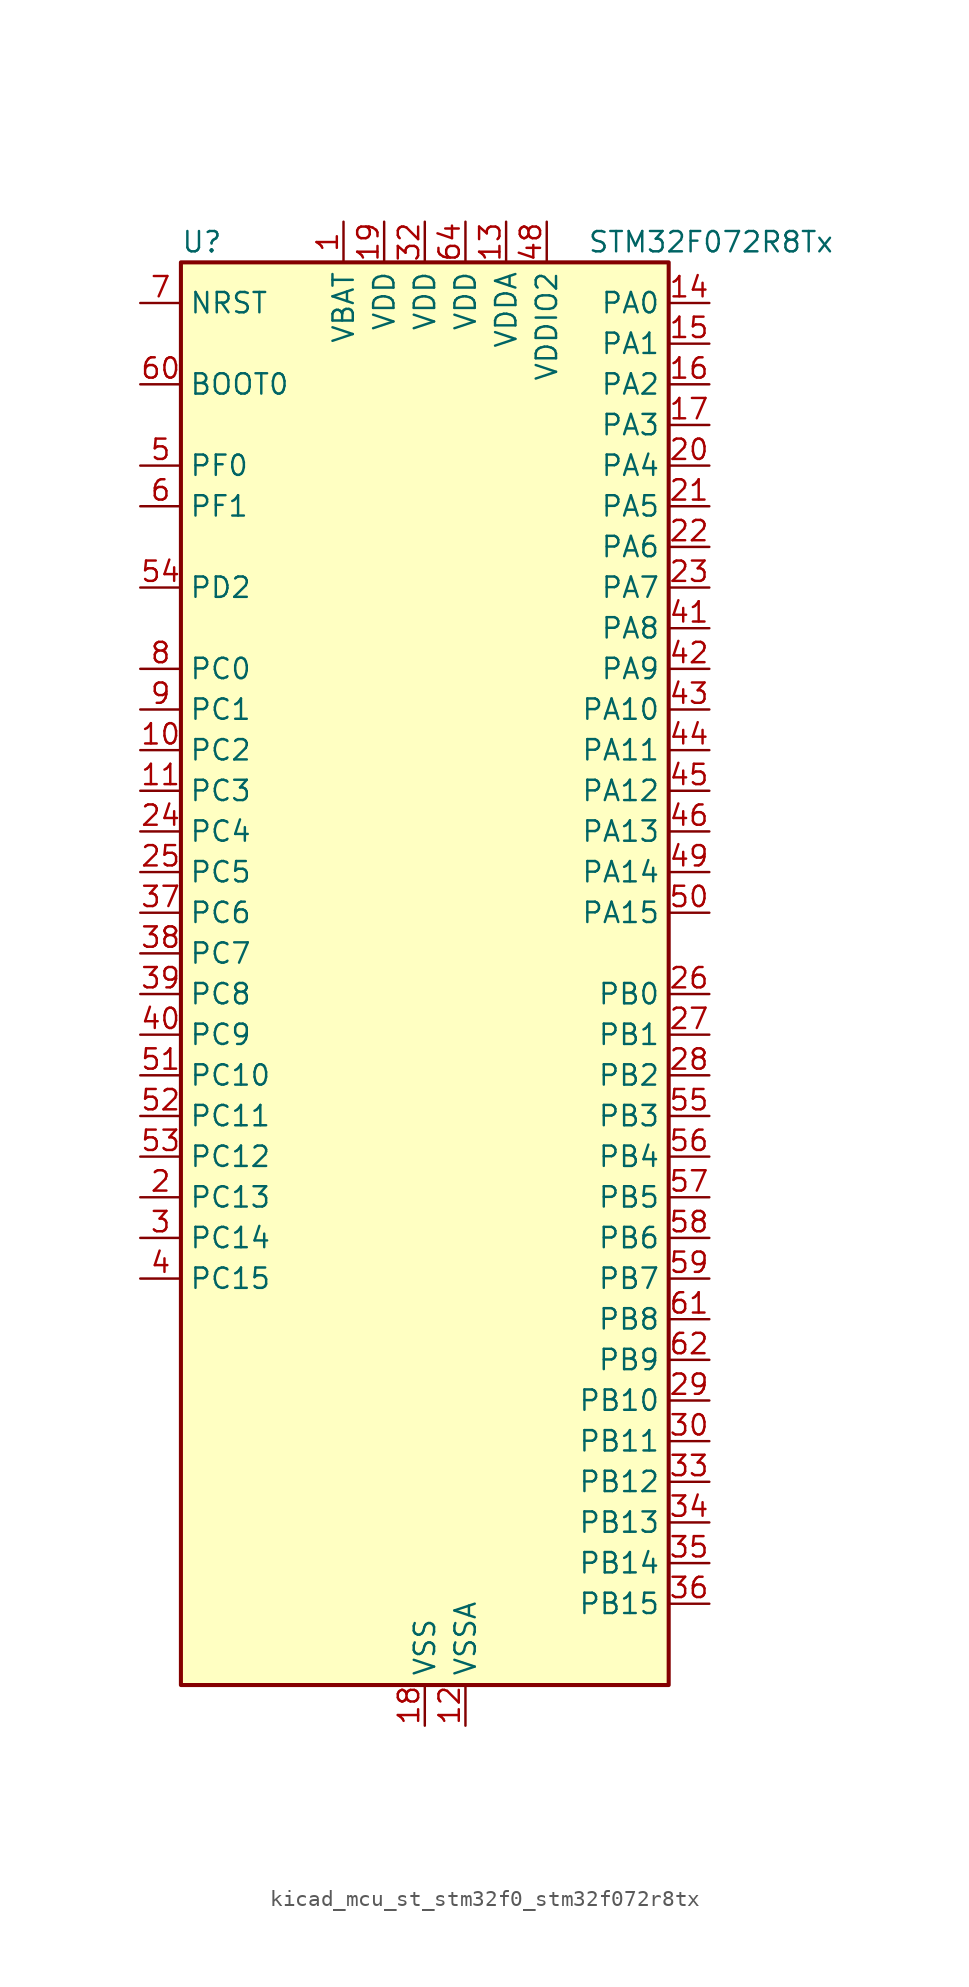
<source format=kicad_sym>
(kicad_symbol_lib
  (version 20220914)
  (generator kicad_symbol_editor)
  (symbol "kicad_mcu_st_stm32f0_stm32f072r8tx"
    (property "Reference" "U"
      (at -15.24 46.99 0)
      (effects (font (size 1.27 1.27)) (justify left)))
    (property "Value" "STM32F072R8Tx"
      (at 10.16 46.99 0)
      (effects (font (size 1.27 1.27)) (justify left)))
    (property "ki_locked" ""
      (at 0 0 0)
      (effects (font (size 1.27 1.27))))
    (symbol "kicad_mcu_st_stm32f0_stm32f072r8tx_0_1"
      (rectangle (start -15.24 -43.18) (end 15.24 45.72) (stroke (width 0.254) (type default)) (fill (type background))))
    (symbol "kicad_mcu_st_stm32f0_stm32f072r8tx_1_1"
      (pin power_in line (at -5.08 48.26 270) (length 2.54) (name "VBAT" (effects (font (size 1.27 1.27)))) (number "1" (effects (font (size 1.27 1.27)))))
      (pin bidirectional line (at -17.78 15.24 0) (length 2.54) (name "PC2" (effects (font (size 1.27 1.27)))) (number "10" (effects (font (size 1.27 1.27)))) (alternate "ADC_IN12" bidirectional line) (alternate "I2S2_MCK" bidirectional line) (alternate "SPI2_MISO" bidirectional line))
      (pin bidirectional line (at -17.78 12.7 0) (length 2.54) (name "PC3" (effects (font (size 1.27 1.27)))) (number "11" (effects (font (size 1.27 1.27)))) (alternate "ADC_IN13" bidirectional line) (alternate "I2S2_SD" bidirectional line) (alternate "SPI2_MOSI" bidirectional line))
      (pin power_in line (at 2.54 -45.72 90) (length 2.54) (name "VSSA" (effects (font (size 1.27 1.27)))) (number "12" (effects (font (size 1.27 1.27)))))
      (pin power_in line (at 5.08 48.26 270) (length 2.54) (name "VDDA" (effects (font (size 1.27 1.27)))) (number "13" (effects (font (size 1.27 1.27)))))
      (pin bidirectional line (at 17.78 43.18 180) (length 2.54) (name "PA0" (effects (font (size 1.27 1.27)))) (number "14" (effects (font (size 1.27 1.27)))) (alternate "ADC_IN0" bidirectional line) (alternate "COMP1_INM" bidirectional line) (alternate "COMP1_OUT" bidirectional line) (alternate "RTC_TAMP2" bidirectional line) (alternate "SYS_WKUP1" bidirectional line) (alternate "TIM2_CH1" bidirectional line) (alternate "TIM2_ETR" bidirectional line) (alternate "TSC_G1_IO1" bidirectional line) (alternate "USART2_CTS" bidirectional line) (alternate "USART4_TX" bidirectional line))
      (pin bidirectional line (at 17.78 40.64 180) (length 2.54) (name "PA1" (effects (font (size 1.27 1.27)))) (number "15" (effects (font (size 1.27 1.27)))) (alternate "ADC_IN1" bidirectional line) (alternate "COMP1_INP" bidirectional line) (alternate "TIM15_CH1N" bidirectional line) (alternate "TIM2_CH2" bidirectional line) (alternate "TSC_G1_IO2" bidirectional line) (alternate "USART2_DE" bidirectional line) (alternate "USART2_RTS" bidirectional line) (alternate "USART4_RX" bidirectional line))
      (pin bidirectional line (at 17.78 38.1 180) (length 2.54) (name "PA2" (effects (font (size 1.27 1.27)))) (number "16" (effects (font (size 1.27 1.27)))) (alternate "ADC_IN2" bidirectional line) (alternate "COMP2_INM" bidirectional line) (alternate "COMP2_OUT" bidirectional line) (alternate "SYS_WKUP4" bidirectional line) (alternate "TIM15_CH1" bidirectional line) (alternate "TIM2_CH3" bidirectional line) (alternate "TSC_G1_IO3" bidirectional line) (alternate "USART2_TX" bidirectional line))
      (pin bidirectional line (at 17.78 35.56 180) (length 2.54) (name "PA3" (effects (font (size 1.27 1.27)))) (number "17" (effects (font (size 1.27 1.27)))) (alternate "ADC_IN3" bidirectional line) (alternate "COMP2_INP" bidirectional line) (alternate "TIM15_CH2" bidirectional line) (alternate "TIM2_CH4" bidirectional line) (alternate "TSC_G1_IO4" bidirectional line) (alternate "USART2_RX" bidirectional line))
      (pin power_in line (at 0 -45.72 90) (length 2.54) (name "VSS" (effects (font (size 1.27 1.27)))) (number "18" (effects (font (size 1.27 1.27)))))
      (pin power_in line (at -2.54 48.26 270) (length 2.54) (name "VDD" (effects (font (size 1.27 1.27)))) (number "19" (effects (font (size 1.27 1.27)))))
      (pin bidirectional line (at -17.78 -12.7 0) (length 2.54) (name "PC13" (effects (font (size 1.27 1.27)))) (number "2" (effects (font (size 1.27 1.27)))) (alternate "RTC_OUT_ALARM" bidirectional line) (alternate "RTC_OUT_CALIB" bidirectional line) (alternate "RTC_TAMP1" bidirectional line) (alternate "RTC_TS" bidirectional line) (alternate "SYS_WKUP2" bidirectional line))
      (pin bidirectional line (at 17.78 33.02 180) (length 2.54) (name "PA4" (effects (font (size 1.27 1.27)))) (number "20" (effects (font (size 1.27 1.27)))) (alternate "ADC_IN4" bidirectional line) (alternate "COMP1_INM" bidirectional line) (alternate "COMP2_INM" bidirectional line) (alternate "DAC_OUT1" bidirectional line) (alternate "I2S1_WS" bidirectional line) (alternate "SPI1_NSS" bidirectional line) (alternate "TIM14_CH1" bidirectional line) (alternate "TSC_G2_IO1" bidirectional line) (alternate "USART2_CK" bidirectional line))
      (pin bidirectional line (at 17.78 30.48 180) (length 2.54) (name "PA5" (effects (font (size 1.27 1.27)))) (number "21" (effects (font (size 1.27 1.27)))) (alternate "ADC_IN5" bidirectional line) (alternate "CEC" bidirectional line) (alternate "COMP1_INM" bidirectional line) (alternate "COMP2_INM" bidirectional line) (alternate "DAC_OUT2" bidirectional line) (alternate "I2S1_CK" bidirectional line) (alternate "SPI1_SCK" bidirectional line) (alternate "TIM2_CH1" bidirectional line) (alternate "TIM2_ETR" bidirectional line) (alternate "TSC_G2_IO2" bidirectional line))
      (pin bidirectional line (at 17.78 27.94 180) (length 2.54) (name "PA6" (effects (font (size 1.27 1.27)))) (number "22" (effects (font (size 1.27 1.27)))) (alternate "ADC_IN6" bidirectional line) (alternate "COMP1_OUT" bidirectional line) (alternate "I2S1_MCK" bidirectional line) (alternate "SPI1_MISO" bidirectional line) (alternate "TIM16_CH1" bidirectional line) (alternate "TIM1_BKIN" bidirectional line) (alternate "TIM3_CH1" bidirectional line) (alternate "TSC_G2_IO3" bidirectional line) (alternate "USART3_CTS" bidirectional line))
      (pin bidirectional line (at 17.78 25.4 180) (length 2.54) (name "PA7" (effects (font (size 1.27 1.27)))) (number "23" (effects (font (size 1.27 1.27)))) (alternate "ADC_IN7" bidirectional line) (alternate "COMP2_OUT" bidirectional line) (alternate "I2S1_SD" bidirectional line) (alternate "SPI1_MOSI" bidirectional line) (alternate "TIM14_CH1" bidirectional line) (alternate "TIM17_CH1" bidirectional line) (alternate "TIM1_CH1N" bidirectional line) (alternate "TIM3_CH2" bidirectional line) (alternate "TSC_G2_IO4" bidirectional line))
      (pin bidirectional line (at -17.78 10.16 0) (length 2.54) (name "PC4" (effects (font (size 1.27 1.27)))) (number "24" (effects (font (size 1.27 1.27)))) (alternate "ADC_IN14" bidirectional line) (alternate "USART3_TX" bidirectional line))
      (pin bidirectional line (at -17.78 7.62 0) (length 2.54) (name "PC5" (effects (font (size 1.27 1.27)))) (number "25" (effects (font (size 1.27 1.27)))) (alternate "ADC_IN15" bidirectional line) (alternate "SYS_WKUP5" bidirectional line) (alternate "TSC_G3_IO1" bidirectional line) (alternate "USART3_RX" bidirectional line))
      (pin bidirectional line (at 17.78 0 180) (length 2.54) (name "PB0" (effects (font (size 1.27 1.27)))) (number "26" (effects (font (size 1.27 1.27)))) (alternate "ADC_IN8" bidirectional line) (alternate "TIM1_CH2N" bidirectional line) (alternate "TIM3_CH3" bidirectional line) (alternate "TSC_G3_IO2" bidirectional line) (alternate "USART3_CK" bidirectional line))
      (pin bidirectional line (at 17.78 -2.54 180) (length 2.54) (name "PB1" (effects (font (size 1.27 1.27)))) (number "27" (effects (font (size 1.27 1.27)))) (alternate "ADC_IN9" bidirectional line) (alternate "TIM14_CH1" bidirectional line) (alternate "TIM1_CH3N" bidirectional line) (alternate "TIM3_CH4" bidirectional line) (alternate "TSC_G3_IO3" bidirectional line) (alternate "USART3_DE" bidirectional line) (alternate "USART3_RTS" bidirectional line))
      (pin bidirectional line (at 17.78 -5.08 180) (length 2.54) (name "PB2" (effects (font (size 1.27 1.27)))) (number "28" (effects (font (size 1.27 1.27)))) (alternate "TSC_G3_IO4" bidirectional line))
      (pin bidirectional line (at 17.78 -25.4 180) (length 2.54) (name "PB10" (effects (font (size 1.27 1.27)))) (number "29" (effects (font (size 1.27 1.27)))) (alternate "CEC" bidirectional line) (alternate "I2C2_SCL" bidirectional line) (alternate "I2S2_CK" bidirectional line) (alternate "SPI2_SCK" bidirectional line) (alternate "TIM2_CH3" bidirectional line) (alternate "TSC_SYNC" bidirectional line) (alternate "USART3_TX" bidirectional line))
      (pin bidirectional line (at -17.78 -15.24 0) (length 2.54) (name "PC14" (effects (font (size 1.27 1.27)))) (number "3" (effects (font (size 1.27 1.27)))) (alternate "RCC_OSC32_IN" bidirectional line))
      (pin bidirectional line (at 17.78 -27.94 180) (length 2.54) (name "PB11" (effects (font (size 1.27 1.27)))) (number "30" (effects (font (size 1.27 1.27)))) (alternate "I2C2_SDA" bidirectional line) (alternate "TIM2_CH4" bidirectional line) (alternate "TSC_G6_IO1" bidirectional line) (alternate "USART3_RX" bidirectional line))
      (pin passive line (at 0 -45.72 90) (length 2.54) hide (name "VSS" (effects (font (size 1.27 1.27)))) (number "31" (effects (font (size 1.27 1.27)))))
      (pin power_in line (at 0 48.26 270) (length 2.54) (name "VDD" (effects (font (size 1.27 1.27)))) (number "32" (effects (font (size 1.27 1.27)))))
      (pin bidirectional line (at 17.78 -30.48 180) (length 2.54) (name "PB12" (effects (font (size 1.27 1.27)))) (number "33" (effects (font (size 1.27 1.27)))) (alternate "I2S2_WS" bidirectional line) (alternate "SPI2_NSS" bidirectional line) (alternate "TIM15_BKIN" bidirectional line) (alternate "TIM1_BKIN" bidirectional line) (alternate "TSC_G6_IO2" bidirectional line) (alternate "USART3_CK" bidirectional line))
      (pin bidirectional line (at 17.78 -33.02 180) (length 2.54) (name "PB13" (effects (font (size 1.27 1.27)))) (number "34" (effects (font (size 1.27 1.27)))) (alternate "I2C2_SCL" bidirectional line) (alternate "I2S2_CK" bidirectional line) (alternate "SPI2_SCK" bidirectional line) (alternate "TIM1_CH1N" bidirectional line) (alternate "TSC_G6_IO3" bidirectional line) (alternate "USART3_CTS" bidirectional line))
      (pin bidirectional line (at 17.78 -35.56 180) (length 2.54) (name "PB14" (effects (font (size 1.27 1.27)))) (number "35" (effects (font (size 1.27 1.27)))) (alternate "I2C2_SDA" bidirectional line) (alternate "I2S2_MCK" bidirectional line) (alternate "SPI2_MISO" bidirectional line) (alternate "TIM15_CH1" bidirectional line) (alternate "TIM1_CH2N" bidirectional line) (alternate "TSC_G6_IO4" bidirectional line) (alternate "USART3_DE" bidirectional line) (alternate "USART3_RTS" bidirectional line))
      (pin bidirectional line (at 17.78 -38.1 180) (length 2.54) (name "PB15" (effects (font (size 1.27 1.27)))) (number "36" (effects (font (size 1.27 1.27)))) (alternate "I2S2_SD" bidirectional line) (alternate "RTC_REFIN" bidirectional line) (alternate "SPI2_MOSI" bidirectional line) (alternate "SYS_WKUP7" bidirectional line) (alternate "TIM15_CH1N" bidirectional line) (alternate "TIM15_CH2" bidirectional line) (alternate "TIM1_CH3N" bidirectional line))
      (pin bidirectional line (at -17.78 5.08 0) (length 2.54) (name "PC6" (effects (font (size 1.27 1.27)))) (number "37" (effects (font (size 1.27 1.27)))) (alternate "TIM3_CH1" bidirectional line))
      (pin bidirectional line (at -17.78 2.54 0) (length 2.54) (name "PC7" (effects (font (size 1.27 1.27)))) (number "38" (effects (font (size 1.27 1.27)))) (alternate "TIM3_CH2" bidirectional line))
      (pin bidirectional line (at -17.78 0 0) (length 2.54) (name "PC8" (effects (font (size 1.27 1.27)))) (number "39" (effects (font (size 1.27 1.27)))) (alternate "TIM3_CH3" bidirectional line))
      (pin bidirectional line (at -17.78 -17.78 0) (length 2.54) (name "PC15" (effects (font (size 1.27 1.27)))) (number "4" (effects (font (size 1.27 1.27)))) (alternate "RCC_OSC32_OUT" bidirectional line))
      (pin bidirectional line (at -17.78 -2.54 0) (length 2.54) (name "PC9" (effects (font (size 1.27 1.27)))) (number "40" (effects (font (size 1.27 1.27)))) (alternate "DAC_EXTI9" bidirectional line) (alternate "TIM3_CH4" bidirectional line))
      (pin bidirectional line (at 17.78 22.86 180) (length 2.54) (name "PA8" (effects (font (size 1.27 1.27)))) (number "41" (effects (font (size 1.27 1.27)))) (alternate "CRS_SYNC" bidirectional line) (alternate "RCC_MCO" bidirectional line) (alternate "TIM1_CH1" bidirectional line) (alternate "USART1_CK" bidirectional line))
      (pin bidirectional line (at 17.78 20.32 180) (length 2.54) (name "PA9" (effects (font (size 1.27 1.27)))) (number "42" (effects (font (size 1.27 1.27)))) (alternate "DAC_EXTI9" bidirectional line) (alternate "TIM15_BKIN" bidirectional line) (alternate "TIM1_CH2" bidirectional line) (alternate "TSC_G4_IO1" bidirectional line) (alternate "USART1_TX" bidirectional line))
      (pin bidirectional line (at 17.78 17.78 180) (length 2.54) (name "PA10" (effects (font (size 1.27 1.27)))) (number "43" (effects (font (size 1.27 1.27)))) (alternate "TIM17_BKIN" bidirectional line) (alternate "TIM1_CH3" bidirectional line) (alternate "TSC_G4_IO2" bidirectional line) (alternate "USART1_RX" bidirectional line))
      (pin bidirectional line (at 17.78 15.24 180) (length 2.54) (name "PA11" (effects (font (size 1.27 1.27)))) (number "44" (effects (font (size 1.27 1.27)))) (alternate "CAN_RX" bidirectional line) (alternate "COMP1_OUT" bidirectional line) (alternate "TIM1_CH4" bidirectional line) (alternate "TSC_G4_IO3" bidirectional line) (alternate "USART1_CTS" bidirectional line) (alternate "USB_DM" bidirectional line))
      (pin bidirectional line (at 17.78 12.7 180) (length 2.54) (name "PA12" (effects (font (size 1.27 1.27)))) (number "45" (effects (font (size 1.27 1.27)))) (alternate "CAN_TX" bidirectional line) (alternate "COMP2_OUT" bidirectional line) (alternate "TIM1_ETR" bidirectional line) (alternate "TSC_G4_IO4" bidirectional line) (alternate "USART1_DE" bidirectional line) (alternate "USART1_RTS" bidirectional line) (alternate "USB_DP" bidirectional line))
      (pin bidirectional line (at 17.78 10.16 180) (length 2.54) (name "PA13" (effects (font (size 1.27 1.27)))) (number "46" (effects (font (size 1.27 1.27)))) (alternate "IR_OUT" bidirectional line) (alternate "SYS_SWDIO" bidirectional line) (alternate "USB_NOE" bidirectional line))
      (pin passive line (at 0 -45.72 90) (length 2.54) hide (name "VSS" (effects (font (size 1.27 1.27)))) (number "47" (effects (font (size 1.27 1.27)))))
      (pin power_in line (at 7.62 48.26 270) (length 2.54) (name "VDDIO2" (effects (font (size 1.27 1.27)))) (number "48" (effects (font (size 1.27 1.27)))))
      (pin bidirectional line (at 17.78 7.62 180) (length 2.54) (name "PA14" (effects (font (size 1.27 1.27)))) (number "49" (effects (font (size 1.27 1.27)))) (alternate "SYS_SWCLK" bidirectional line) (alternate "USART2_TX" bidirectional line))
      (pin bidirectional line (at -17.78 33.02 0) (length 2.54) (name "PF0" (effects (font (size 1.27 1.27)))) (number "5" (effects (font (size 1.27 1.27)))) (alternate "CRS_SYNC" bidirectional line) (alternate "RCC_OSC_IN" bidirectional line))
      (pin bidirectional line (at 17.78 5.08 180) (length 2.54) (name "PA15" (effects (font (size 1.27 1.27)))) (number "50" (effects (font (size 1.27 1.27)))) (alternate "I2S1_WS" bidirectional line) (alternate "SPI1_NSS" bidirectional line) (alternate "TIM2_CH1" bidirectional line) (alternate "TIM2_ETR" bidirectional line) (alternate "USART2_RX" bidirectional line) (alternate "USART4_DE" bidirectional line) (alternate "USART4_RTS" bidirectional line))
      (pin bidirectional line (at -17.78 -5.08 0) (length 2.54) (name "PC10" (effects (font (size 1.27 1.27)))) (number "51" (effects (font (size 1.27 1.27)))) (alternate "USART3_TX" bidirectional line) (alternate "USART4_TX" bidirectional line))
      (pin bidirectional line (at -17.78 -7.62 0) (length 2.54) (name "PC11" (effects (font (size 1.27 1.27)))) (number "52" (effects (font (size 1.27 1.27)))) (alternate "USART3_RX" bidirectional line) (alternate "USART4_RX" bidirectional line))
      (pin bidirectional line (at -17.78 -10.16 0) (length 2.54) (name "PC12" (effects (font (size 1.27 1.27)))) (number "53" (effects (font (size 1.27 1.27)))) (alternate "USART3_CK" bidirectional line) (alternate "USART4_CK" bidirectional line))
      (pin bidirectional line (at -17.78 25.4 0) (length 2.54) (name "PD2" (effects (font (size 1.27 1.27)))) (number "54" (effects (font (size 1.27 1.27)))) (alternate "TIM3_ETR" bidirectional line) (alternate "USART3_DE" bidirectional line) (alternate "USART3_RTS" bidirectional line))
      (pin bidirectional line (at 17.78 -7.62 180) (length 2.54) (name "PB3" (effects (font (size 1.27 1.27)))) (number "55" (effects (font (size 1.27 1.27)))) (alternate "I2S1_CK" bidirectional line) (alternate "SPI1_SCK" bidirectional line) (alternate "TIM2_CH2" bidirectional line) (alternate "TSC_G5_IO1" bidirectional line))
      (pin bidirectional line (at 17.78 -10.16 180) (length 2.54) (name "PB4" (effects (font (size 1.27 1.27)))) (number "56" (effects (font (size 1.27 1.27)))) (alternate "I2S1_MCK" bidirectional line) (alternate "SPI1_MISO" bidirectional line) (alternate "TIM17_BKIN" bidirectional line) (alternate "TIM3_CH1" bidirectional line) (alternate "TSC_G5_IO2" bidirectional line))
      (pin bidirectional line (at 17.78 -12.7 180) (length 2.54) (name "PB5" (effects (font (size 1.27 1.27)))) (number "57" (effects (font (size 1.27 1.27)))) (alternate "I2C1_SMBA" bidirectional line) (alternate "I2S1_SD" bidirectional line) (alternate "SPI1_MOSI" bidirectional line) (alternate "SYS_WKUP6" bidirectional line) (alternate "TIM16_BKIN" bidirectional line) (alternate "TIM3_CH2" bidirectional line))
      (pin bidirectional line (at 17.78 -15.24 180) (length 2.54) (name "PB6" (effects (font (size 1.27 1.27)))) (number "58" (effects (font (size 1.27 1.27)))) (alternate "I2C1_SCL" bidirectional line) (alternate "TIM16_CH1N" bidirectional line) (alternate "TSC_G5_IO3" bidirectional line) (alternate "USART1_TX" bidirectional line))
      (pin bidirectional line (at 17.78 -17.78 180) (length 2.54) (name "PB7" (effects (font (size 1.27 1.27)))) (number "59" (effects (font (size 1.27 1.27)))) (alternate "I2C1_SDA" bidirectional line) (alternate "TIM17_CH1N" bidirectional line) (alternate "TSC_G5_IO4" bidirectional line) (alternate "USART1_RX" bidirectional line) (alternate "USART4_CTS" bidirectional line))
      (pin bidirectional line (at -17.78 30.48 0) (length 2.54) (name "PF1" (effects (font (size 1.27 1.27)))) (number "6" (effects (font (size 1.27 1.27)))) (alternate "RCC_OSC_OUT" bidirectional line))
      (pin input line (at -17.78 38.1 0) (length 2.54) (name "BOOT0" (effects (font (size 1.27 1.27)))) (number "60" (effects (font (size 1.27 1.27)))))
      (pin bidirectional line (at 17.78 -20.32 180) (length 2.54) (name "PB8" (effects (font (size 1.27 1.27)))) (number "61" (effects (font (size 1.27 1.27)))) (alternate "CAN_RX" bidirectional line) (alternate "CEC" bidirectional line) (alternate "I2C1_SCL" bidirectional line) (alternate "TIM16_CH1" bidirectional line) (alternate "TSC_SYNC" bidirectional line))
      (pin bidirectional line (at 17.78 -22.86 180) (length 2.54) (name "PB9" (effects (font (size 1.27 1.27)))) (number "62" (effects (font (size 1.27 1.27)))) (alternate "CAN_TX" bidirectional line) (alternate "DAC_EXTI9" bidirectional line) (alternate "I2C1_SDA" bidirectional line) (alternate "I2S2_WS" bidirectional line) (alternate "IR_OUT" bidirectional line) (alternate "SPI2_NSS" bidirectional line) (alternate "TIM17_CH1" bidirectional line))
      (pin passive line (at 0 -45.72 90) (length 2.54) hide (name "VSS" (effects (font (size 1.27 1.27)))) (number "63" (effects (font (size 1.27 1.27)))))
      (pin power_in line (at 2.54 48.26 270) (length 2.54) (name "VDD" (effects (font (size 1.27 1.27)))) (number "64" (effects (font (size 1.27 1.27)))))
      (pin input line (at -17.78 43.18 0) (length 2.54) (name "NRST" (effects (font (size 1.27 1.27)))) (number "7" (effects (font (size 1.27 1.27)))))
      (pin bidirectional line (at -17.78 20.32 0) (length 2.54) (name "PC0" (effects (font (size 1.27 1.27)))) (number "8" (effects (font (size 1.27 1.27)))) (alternate "ADC_IN10" bidirectional line))
      (pin bidirectional line (at -17.78 17.78 0) (length 2.54) (name "PC1" (effects (font (size 1.27 1.27)))) (number "9" (effects (font (size 1.27 1.27)))) (alternate "ADC_IN11" bidirectional line)))))
</source>
